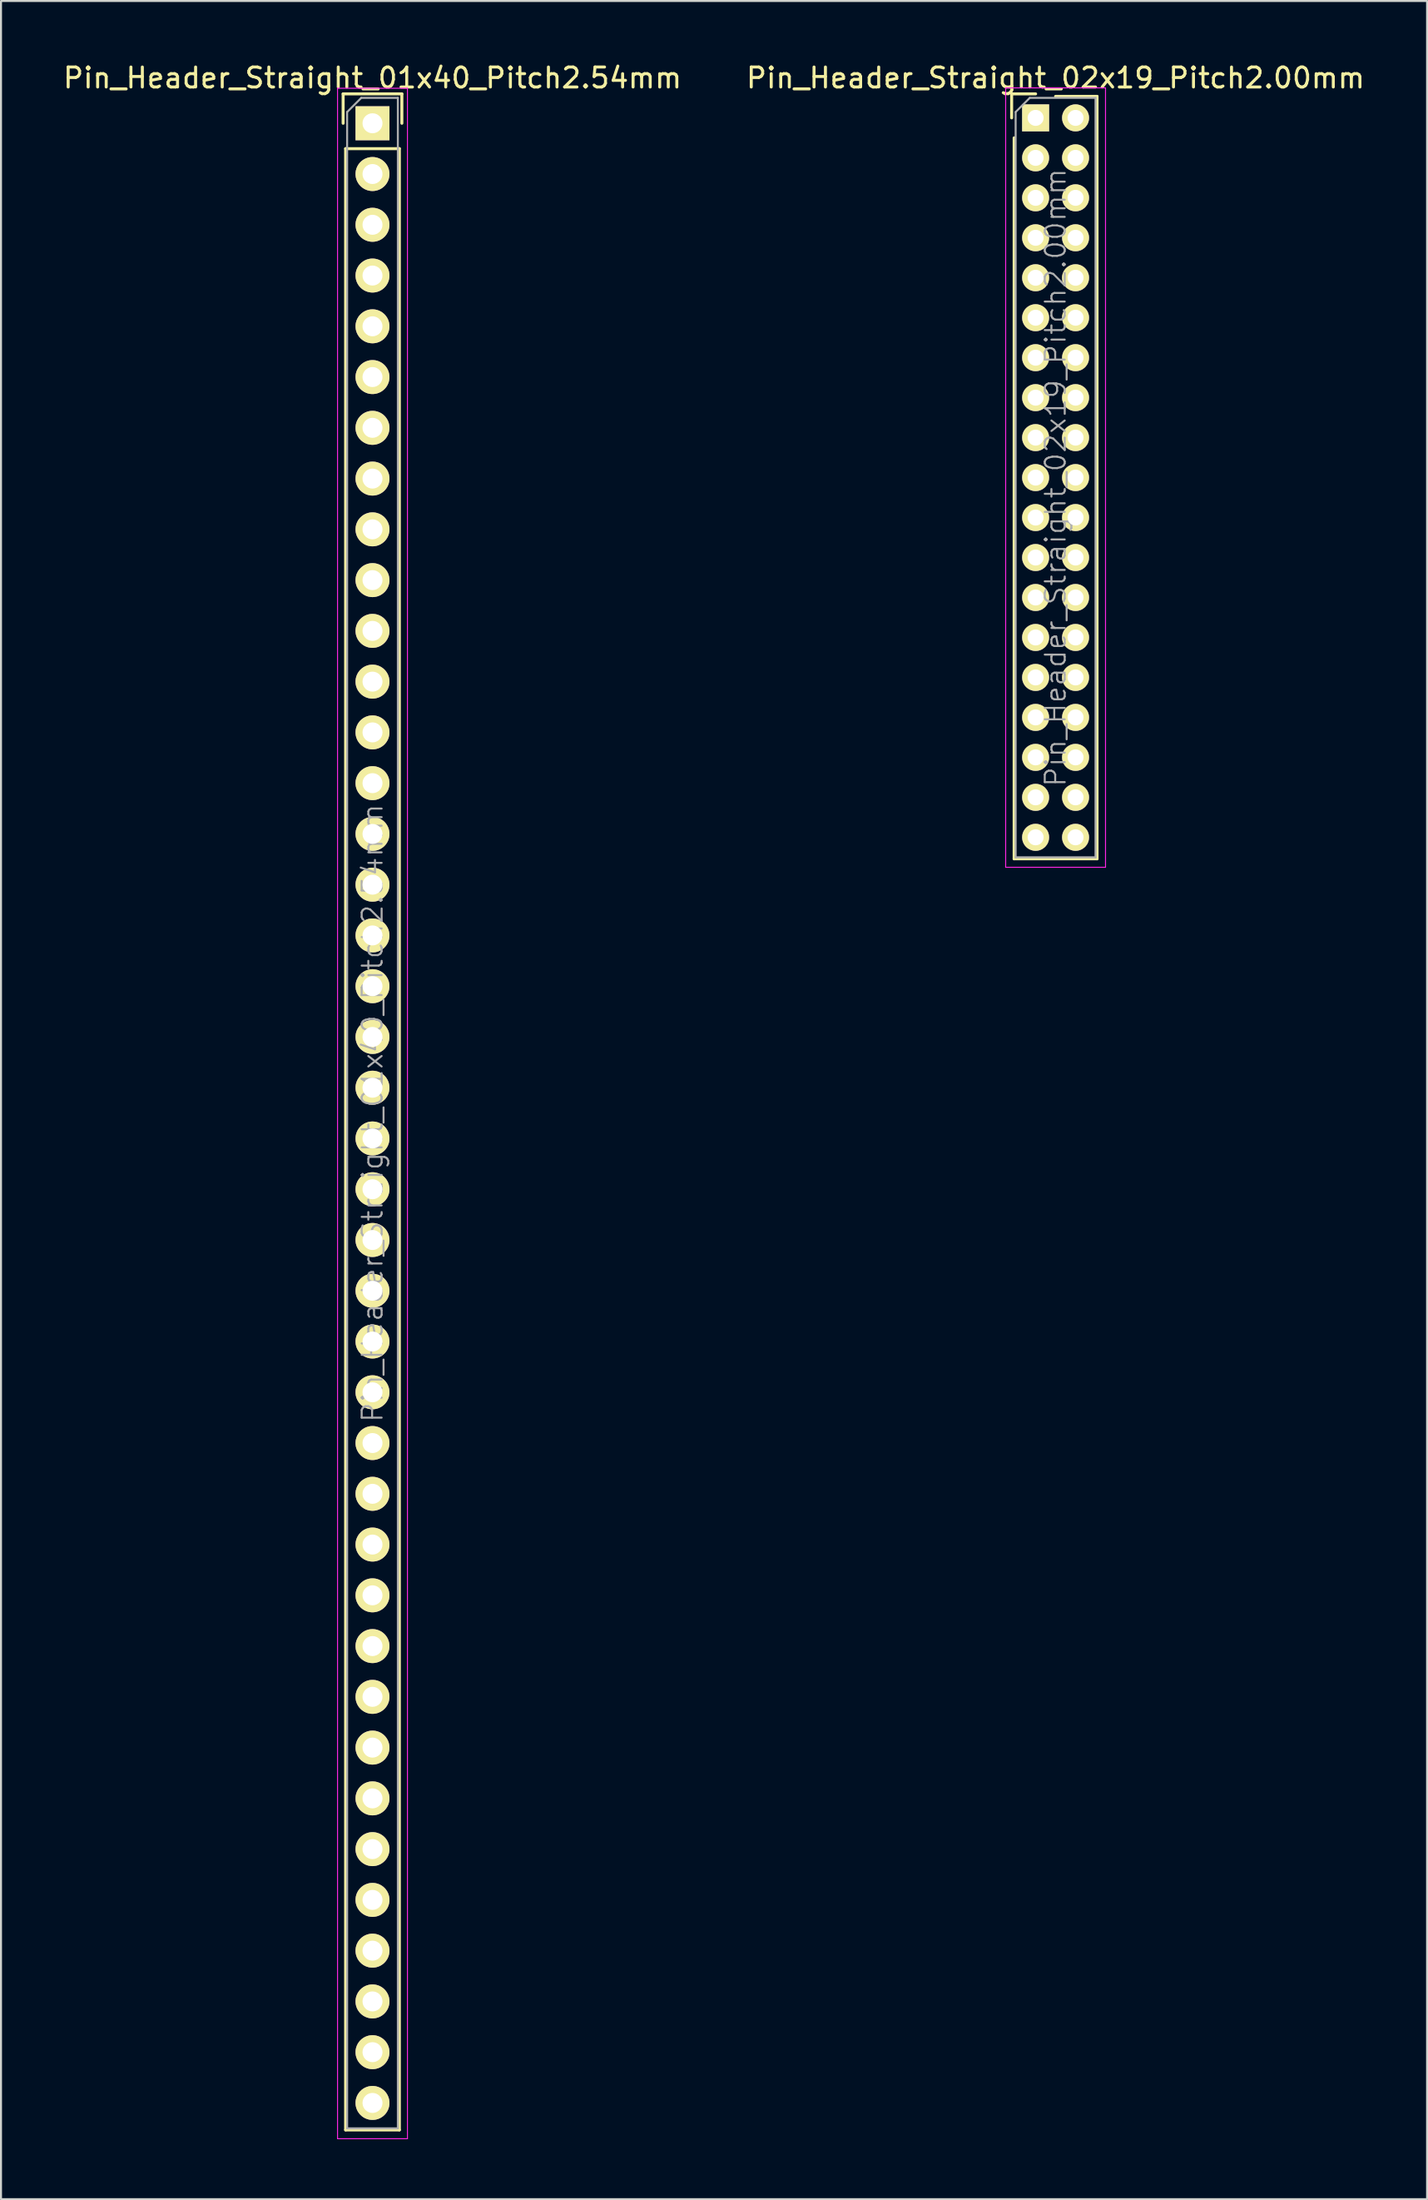
<source format=kicad_pcb>
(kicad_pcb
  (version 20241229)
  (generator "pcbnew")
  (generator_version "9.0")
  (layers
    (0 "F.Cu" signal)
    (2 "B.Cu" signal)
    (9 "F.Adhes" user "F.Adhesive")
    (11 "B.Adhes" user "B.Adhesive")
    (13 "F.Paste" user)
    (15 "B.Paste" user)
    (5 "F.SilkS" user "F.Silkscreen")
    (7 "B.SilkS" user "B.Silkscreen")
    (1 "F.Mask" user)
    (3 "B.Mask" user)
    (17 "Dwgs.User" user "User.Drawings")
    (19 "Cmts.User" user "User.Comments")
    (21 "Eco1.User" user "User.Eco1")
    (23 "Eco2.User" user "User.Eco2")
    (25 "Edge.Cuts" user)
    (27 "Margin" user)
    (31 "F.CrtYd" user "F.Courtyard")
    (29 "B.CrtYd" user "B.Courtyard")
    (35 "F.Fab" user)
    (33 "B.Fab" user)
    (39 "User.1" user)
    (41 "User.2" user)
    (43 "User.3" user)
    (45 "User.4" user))
  (footprint "Pin_Header_Straight_01x40_Pitch2.54mm"
    (layer "F.Cu")
    (at 15.601 3.118)
    (property "Reference" "Pin_Header_Straight_01x40_Pitch2.54mm" (at 0 -2.27 0) (layer "F.SilkS") (effects (font (size 1 1) (thickness 0.15))))
    (attr smd)
    (fp_line (start -1.47 -1.47) (end -1.47 0) (stroke (width 0.15) (type solid)) (layer "F.SilkS"))
    (fp_line (start -1.47 -1.47) (end 1.47 -1.47) (stroke (width 0.15) (type solid)) (layer "F.SilkS"))
    (fp_line (start -1.345 1.27) (end -1.345 100.41) (stroke (width 0.15) (type solid)) (layer "F.SilkS"))
    (fp_line (start -1.345 1.27) (end 1.345 1.27) (stroke (width 0.15) (type solid)) (layer "F.SilkS"))
    (fp_line (start -1.345 100.41) (end 1.345 100.41) (stroke (width 0.15) (type solid)) (layer "F.SilkS"))
    (fp_line (start 1.345 1.27) (end 1.345 100.41) (stroke (width 0.15) (type solid)) (layer "F.SilkS"))
    (fp_line (start 1.47 -1.47) (end 1.47 0) (stroke (width 0.15) (type solid)) (layer "F.SilkS"))
    (fp_line (start -1.75 -1.75) (end -1.75 100.85) (stroke (width 0.05) (type solid)) (layer "F.CrtYd"))
    (fp_line (start 1.75 -1.75) (end -1.75 -1.75) (stroke (width 0.05) (type solid)) (layer "F.CrtYd"))
    (fp_line (start 1.75 -1.75) (end 1.75 100.85) (stroke (width 0.05) (type solid)) (layer "F.CrtYd"))
    (fp_line (start 1.75 100.85) (end -1.75 100.85) (stroke (width 0.05) (type solid)) (layer "F.CrtYd"))
    (fp_line (start -1.27 -0.563) (end -0.563 -1.27) (stroke (width 0.1) (type solid)) (layer "F.Fab"))
    (fp_line (start -1.27 100.33) (end -1.27 -0.563) (stroke (width 0.1) (type solid)) (layer "F.Fab"))
    (fp_line (start 1.27 -1.27) (end -0.563 -1.27) (stroke (width 0.1) (type solid)) (layer "F.Fab"))
    (fp_line (start 1.27 100.33) (end -1.27 100.33) (stroke (width 0.1) (type solid)) (layer "F.Fab"))
    (fp_line (start 1.27 100.33) (end 1.27 -1.27) (stroke (width 0.1) (type solid)) (layer "F.Fab"))
    (fp_text user "${REFERENCE}" (at 0 49.53 90) (layer "F.Fab") (effects (font (size 1 1) (thickness 0.1))))
    (pad "1" thru_hole rect (at 0 0) (size 1.7 1.7) (drill 1) (layers "*.Cu" "*.Mask" "F.SilkS"))
    (pad "2" thru_hole oval (at 0 2.54) (size 1.7 1.7) (drill 1) (layers "*.Cu" "*.Mask" "F.SilkS"))
    (pad "3" thru_hole oval (at 0 5.08) (size 1.7 1.7) (drill 1) (layers "*.Cu" "*.Mask" "F.SilkS"))
    (pad "4" thru_hole oval (at 0 7.62) (size 1.7 1.7) (drill 1) (layers "*.Cu" "*.Mask" "F.SilkS"))
    (pad "5" thru_hole oval (at 0 10.16) (size 1.7 1.7) (drill 1) (layers "*.Cu" "*.Mask" "F.SilkS"))
    (pad "6" thru_hole oval (at 0 12.7) (size 1.7 1.7) (drill 1) (layers "*.Cu" "*.Mask" "F.SilkS"))
    (pad "7" thru_hole oval (at 0 15.24) (size 1.7 1.7) (drill 1) (layers "*.Cu" "*.Mask" "F.SilkS"))
    (pad "8" thru_hole oval (at 0 17.78) (size 1.7 1.7) (drill 1) (layers "*.Cu" "*.Mask" "F.SilkS"))
    (pad "9" thru_hole oval (at 0 20.32) (size 1.7 1.7) (drill 1) (layers "*.Cu" "*.Mask" "F.SilkS"))
    (pad "10" thru_hole oval (at 0 22.86) (size 1.7 1.7) (drill 1) (layers "*.Cu" "*.Mask" "F.SilkS"))
    (pad "11" thru_hole oval (at 0 25.4) (size 1.7 1.7) (drill 1) (layers "*.Cu" "*.Mask" "F.SilkS"))
    (pad "12" thru_hole oval (at 0 27.94) (size 1.7 1.7) (drill 1) (layers "*.Cu" "*.Mask" "F.SilkS"))
    (pad "13" thru_hole oval (at 0 30.48) (size 1.7 1.7) (drill 1) (layers "*.Cu" "*.Mask" "F.SilkS"))
    (pad "14" thru_hole oval (at 0 33.02) (size 1.7 1.7) (drill 1) (layers "*.Cu" "*.Mask" "F.SilkS"))
    (pad "15" thru_hole oval (at 0 35.56) (size 1.7 1.7) (drill 1) (layers "*.Cu" "*.Mask" "F.SilkS"))
    (pad "16" thru_hole oval (at 0 38.1) (size 1.7 1.7) (drill 1) (layers "*.Cu" "*.Mask" "F.SilkS"))
    (pad "17" thru_hole oval (at 0 40.64) (size 1.7 1.7) (drill 1) (layers "*.Cu" "*.Mask" "F.SilkS"))
    (pad "18" thru_hole oval (at 0 43.18) (size 1.7 1.7) (drill 1) (layers "*.Cu" "*.Mask" "F.SilkS"))
    (pad "19" thru_hole oval (at 0 45.72) (size 1.7 1.7) (drill 1) (layers "*.Cu" "*.Mask" "F.SilkS"))
    (pad "20" thru_hole oval (at 0 48.26) (size 1.7 1.7) (drill 1) (layers "*.Cu" "*.Mask" "F.SilkS"))
    (pad "21" thru_hole oval (at 0 50.8) (size 1.7 1.7) (drill 1) (layers "*.Cu" "*.Mask" "F.SilkS"))
    (pad "22" thru_hole oval (at 0 53.34) (size 1.7 1.7) (drill 1) (layers "*.Cu" "*.Mask" "F.SilkS"))
    (pad "23" thru_hole oval (at 0 55.88) (size 1.7 1.7) (drill 1) (layers "*.Cu" "*.Mask" "F.SilkS"))
    (pad "24" thru_hole oval (at 0 58.42) (size 1.7 1.7) (drill 1) (layers "*.Cu" "*.Mask" "F.SilkS"))
    (pad "25" thru_hole oval (at 0 60.96) (size 1.7 1.7) (drill 1) (layers "*.Cu" "*.Mask" "F.SilkS"))
    (pad "26" thru_hole oval (at 0 63.5) (size 1.7 1.7) (drill 1) (layers "*.Cu" "*.Mask" "F.SilkS"))
    (pad "27" thru_hole oval (at 0 66.04) (size 1.7 1.7) (drill 1) (layers "*.Cu" "*.Mask" "F.SilkS"))
    (pad "28" thru_hole oval (at 0 68.58) (size 1.7 1.7) (drill 1) (layers "*.Cu" "*.Mask" "F.SilkS"))
    (pad "29" thru_hole oval (at 0 71.12) (size 1.7 1.7) (drill 1) (layers "*.Cu" "*.Mask" "F.SilkS"))
    (pad "30" thru_hole oval (at 0 73.66) (size 1.7 1.7) (drill 1) (layers "*.Cu" "*.Mask" "F.SilkS"))
    (pad "31" thru_hole oval (at 0 76.2) (size 1.7 1.7) (drill 1) (layers "*.Cu" "*.Mask" "F.SilkS"))
    (pad "32" thru_hole oval (at 0 78.74) (size 1.7 1.7) (drill 1) (layers "*.Cu" "*.Mask" "F.SilkS"))
    (pad "33" thru_hole oval (at 0 81.28) (size 1.7 1.7) (drill 1) (layers "*.Cu" "*.Mask" "F.SilkS"))
    (pad "34" thru_hole oval (at 0 83.82) (size 1.7 1.7) (drill 1) (layers "*.Cu" "*.Mask" "F.SilkS"))
    (pad "35" thru_hole oval (at 0 86.36) (size 1.7 1.7) (drill 1) (layers "*.Cu" "*.Mask" "F.SilkS"))
    (pad "36" thru_hole oval (at 0 88.9) (size 1.7 1.7) (drill 1) (layers "*.Cu" "*.Mask" "F.SilkS"))
    (pad "37" thru_hole oval (at 0 91.44) (size 1.7 1.7) (drill 1) (layers "*.Cu" "*.Mask" "F.SilkS"))
    (pad "38" thru_hole oval (at 0 93.98) (size 1.7 1.7) (drill 1) (layers "*.Cu" "*.Mask" "F.SilkS"))
    (pad "39" thru_hole oval (at 0 96.52) (size 1.7 1.7) (drill 1) (layers "*.Cu" "*.Mask" "F.SilkS"))
    (pad "40" thru_hole oval (at 0 99.06) (size 1.7 1.7) (drill 1) (layers "*.Cu" "*.Mask" "F.SilkS")))
  (footprint "Pin_Header_Straight_02x19_Pitch2.00mm"
    (layer "F.Cu")
    (at 48.804 2.848)
    (property "Reference" "Pin_Header_Straight_02x19_Pitch2.00mm" (at 1 -2 0) (layer "F.SilkS") (effects (font (size 1 1) (thickness 0.15))))
    (attr smd)
    (fp_line (start -1.2 -1.2) (end -1.2 0) (stroke (width 0.15) (type solid)) (layer "F.SilkS"))
    (fp_line (start -1.2 -1.2) (end 0 -1.2) (stroke (width 0.15) (type solid)) (layer "F.SilkS"))
    (fp_line (start -1.075 1) (end -1.075 37.075) (stroke (width 0.15) (type solid)) (layer "F.SilkS"))
    (fp_line (start -1.075 37.075) (end 3.075 37.075) (stroke (width 0.15) (type solid)) (layer "F.SilkS"))
    (fp_line (start 1 -1.075) (end 3.075 -1.075) (stroke (width 0.15) (type solid)) (layer "F.SilkS"))
    (fp_line (start 3.075 -1.075) (end 3.075 37.075) (stroke (width 0.15) (type solid)) (layer "F.SilkS"))
    (fp_line (start -1.5 -1.5) (end -1.5 37.5) (stroke (width 0.05) (type solid)) (layer "F.CrtYd"))
    (fp_line (start 3.5 -1.5) (end -1.5 -1.5) (stroke (width 0.05) (type solid)) (layer "F.CrtYd"))
    (fp_line (start 3.5 -1.5) (end 3.5 37.5) (stroke (width 0.05) (type solid)) (layer "F.CrtYd"))
    (fp_line (start 3.5 37.5) (end -1.5 37.5) (stroke (width 0.05) (type solid)) (layer "F.CrtYd"))
    (fp_line (start -1 -0.293) (end -0.293 -1) (stroke (width 0.1) (type solid)) (layer "F.Fab"))
    (fp_line (start -1 37) (end -1 -0.293) (stroke (width 0.1) (type solid)) (layer "F.Fab"))
    (fp_line (start 3 -1) (end -0.293 -1) (stroke (width 0.1) (type solid)) (layer "F.Fab"))
    (fp_line (start 3 37) (end -1 37) (stroke (width 0.1) (type solid)) (layer "F.Fab"))
    (fp_line (start 3 37) (end 3 -1) (stroke (width 0.1) (type solid)) (layer "F.Fab"))
    (fp_text user "${REFERENCE}" (at 1 18 90) (layer "F.Fab") (effects (font (size 1 1) (thickness 0.1))))
    (pad "1" thru_hole rect (at 0 0) (size 1.35 1.35) (drill 0.8) (layers "*.Cu" "*.Mask" "F.SilkS"))
    (pad "2" thru_hole oval (at 2 0) (size 1.35 1.35) (drill 0.8) (layers "*.Cu" "*.Mask" "F.SilkS"))
    (pad "3" thru_hole oval (at 0 2) (size 1.35 1.35) (drill 0.8) (layers "*.Cu" "*.Mask" "F.SilkS"))
    (pad "4" thru_hole oval (at 2 2) (size 1.35 1.35) (drill 0.8) (layers "*.Cu" "*.Mask" "F.SilkS"))
    (pad "5" thru_hole oval (at 0 4) (size 1.35 1.35) (drill 0.8) (layers "*.Cu" "*.Mask" "F.SilkS"))
    (pad "6" thru_hole oval (at 2 4) (size 1.35 1.35) (drill 0.8) (layers "*.Cu" "*.Mask" "F.SilkS"))
    (pad "7" thru_hole oval (at 0 6) (size 1.35 1.35) (drill 0.8) (layers "*.Cu" "*.Mask" "F.SilkS"))
    (pad "8" thru_hole oval (at 2 6) (size 1.35 1.35) (drill 0.8) (layers "*.Cu" "*.Mask" "F.SilkS"))
    (pad "9" thru_hole oval (at 0 8) (size 1.35 1.35) (drill 0.8) (layers "*.Cu" "*.Mask" "F.SilkS"))
    (pad "10" thru_hole oval (at 2 8) (size 1.35 1.35) (drill 0.8) (layers "*.Cu" "*.Mask" "F.SilkS"))
    (pad "11" thru_hole oval (at 0 10) (size 1.35 1.35) (drill 0.8) (layers "*.Cu" "*.Mask" "F.SilkS"))
    (pad "12" thru_hole oval (at 2 10) (size 1.35 1.35) (drill 0.8) (layers "*.Cu" "*.Mask" "F.SilkS"))
    (pad "13" thru_hole oval (at 0 12) (size 1.35 1.35) (drill 0.8) (layers "*.Cu" "*.Mask" "F.SilkS"))
    (pad "14" thru_hole oval (at 2 12) (size 1.35 1.35) (drill 0.8) (layers "*.Cu" "*.Mask" "F.SilkS"))
    (pad "15" thru_hole oval (at 0 14) (size 1.35 1.35) (drill 0.8) (layers "*.Cu" "*.Mask" "F.SilkS"))
    (pad "16" thru_hole oval (at 2 14) (size 1.35 1.35) (drill 0.8) (layers "*.Cu" "*.Mask" "F.SilkS"))
    (pad "17" thru_hole oval (at 0 16) (size 1.35 1.35) (drill 0.8) (layers "*.Cu" "*.Mask" "F.SilkS"))
    (pad "18" thru_hole oval (at 2 16) (size 1.35 1.35) (drill 0.8) (layers "*.Cu" "*.Mask" "F.SilkS"))
    (pad "19" thru_hole oval (at 0 18) (size 1.35 1.35) (drill 0.8) (layers "*.Cu" "*.Mask" "F.SilkS"))
    (pad "20" thru_hole oval (at 2 18) (size 1.35 1.35) (drill 0.8) (layers "*.Cu" "*.Mask" "F.SilkS"))
    (pad "21" thru_hole oval (at 0 20) (size 1.35 1.35) (drill 0.8) (layers "*.Cu" "*.Mask" "F.SilkS"))
    (pad "22" thru_hole oval (at 2 20) (size 1.35 1.35) (drill 0.8) (layers "*.Cu" "*.Mask" "F.SilkS"))
    (pad "23" thru_hole oval (at 0 22) (size 1.35 1.35) (drill 0.8) (layers "*.Cu" "*.Mask" "F.SilkS"))
    (pad "24" thru_hole oval (at 2 22) (size 1.35 1.35) (drill 0.8) (layers "*.Cu" "*.Mask" "F.SilkS"))
    (pad "25" thru_hole oval (at 0 24) (size 1.35 1.35) (drill 0.8) (layers "*.Cu" "*.Mask" "F.SilkS"))
    (pad "26" thru_hole oval (at 2 24) (size 1.35 1.35) (drill 0.8) (layers "*.Cu" "*.Mask" "F.SilkS"))
    (pad "27" thru_hole oval (at 0 26) (size 1.35 1.35) (drill 0.8) (layers "*.Cu" "*.Mask" "F.SilkS"))
    (pad "28" thru_hole oval (at 2 26) (size 1.35 1.35) (drill 0.8) (layers "*.Cu" "*.Mask" "F.SilkS"))
    (pad "29" thru_hole oval (at 0 28) (size 1.35 1.35) (drill 0.8) (layers "*.Cu" "*.Mask" "F.SilkS"))
    (pad "30" thru_hole oval (at 2 28) (size 1.35 1.35) (drill 0.8) (layers "*.Cu" "*.Mask" "F.SilkS"))
    (pad "31" thru_hole oval (at 0 30) (size 1.35 1.35) (drill 0.8) (layers "*.Cu" "*.Mask" "F.SilkS"))
    (pad "32" thru_hole oval (at 2 30) (size 1.35 1.35) (drill 0.8) (layers "*.Cu" "*.Mask" "F.SilkS"))
    (pad "33" thru_hole oval (at 0 32) (size 1.35 1.35) (drill 0.8) (layers "*.Cu" "*.Mask" "F.SilkS"))
    (pad "34" thru_hole oval (at 2 32) (size 1.35 1.35) (drill 0.8) (layers "*.Cu" "*.Mask" "F.SilkS"))
    (pad "35" thru_hole oval (at 0 34) (size 1.35 1.35) (drill 0.8) (layers "*.Cu" "*.Mask" "F.SilkS"))
    (pad "36" thru_hole oval (at 2 34) (size 1.35 1.35) (drill 0.8) (layers "*.Cu" "*.Mask" "F.SilkS"))
    (pad "37" thru_hole oval (at 0 36) (size 1.35 1.35) (drill 0.8) (layers "*.Cu" "*.Mask" "F.SilkS"))
    (pad "38" thru_hole oval (at 2 36) (size 1.35 1.35) (drill 0.8) (layers "*.Cu" "*.Mask" "F.SilkS")))
  (gr_rect
    (start -3 -3)
    (end 68.405 106.993)
    (stroke (width 0.1) (type default))
    (fill no)
    (layer "Edge.Cuts")))
</source>
